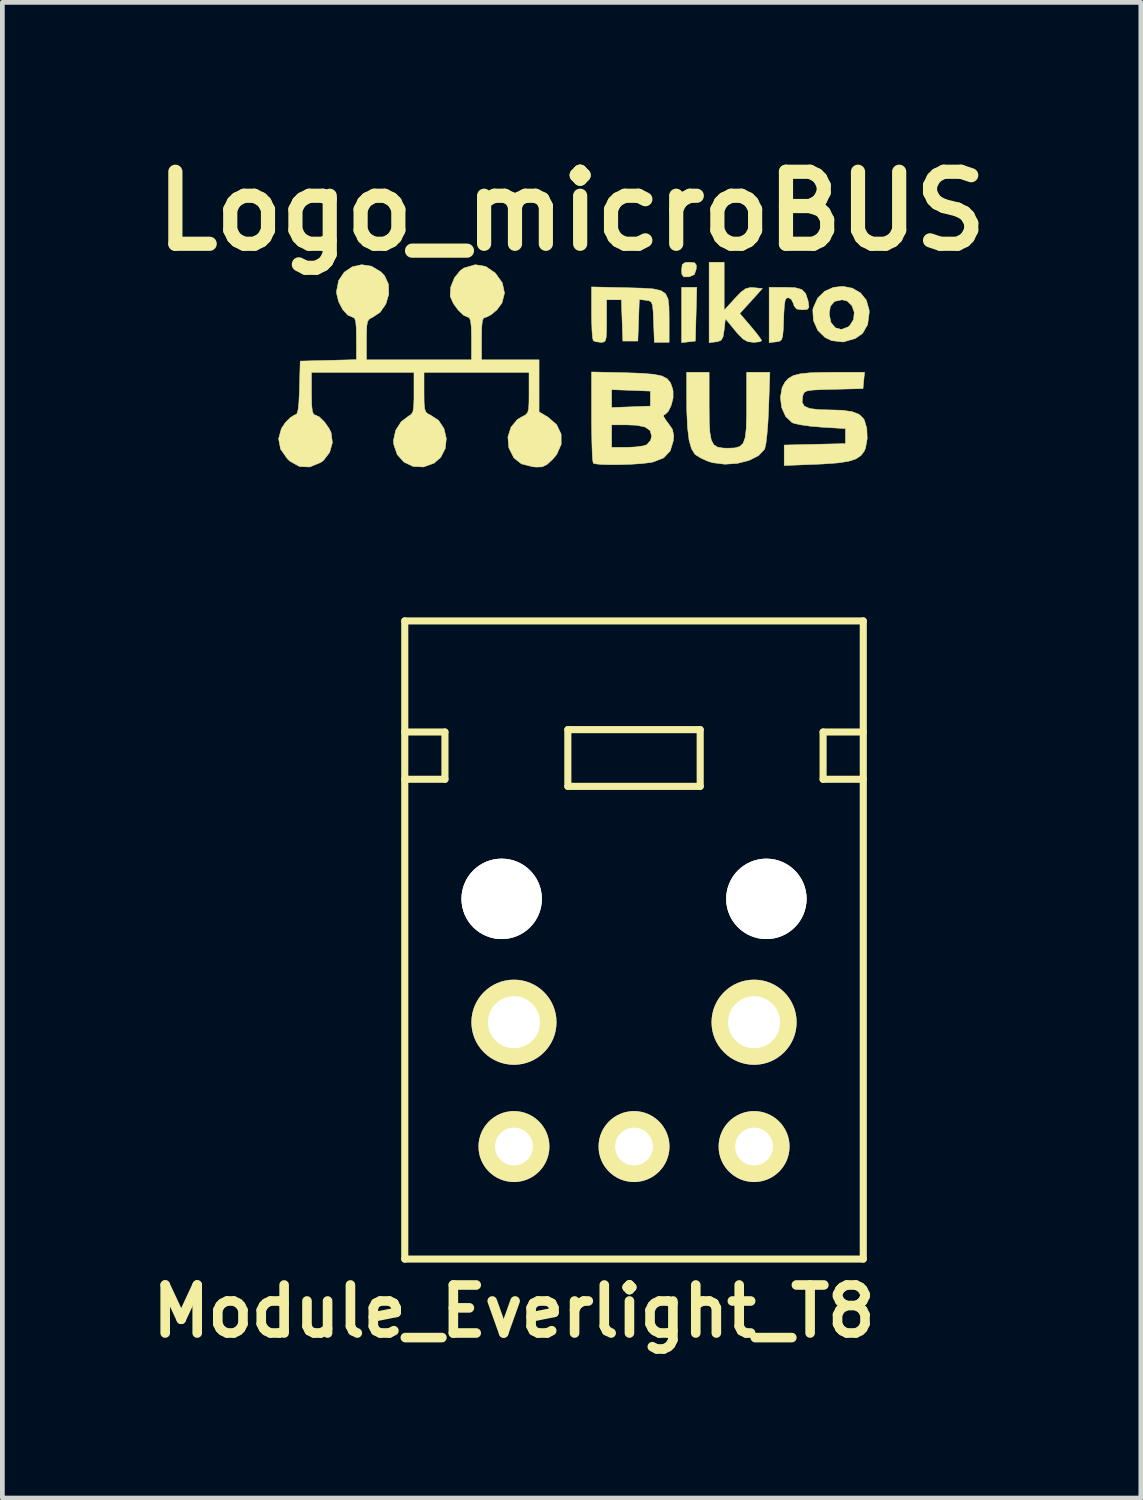
<source format=kicad_pcb>
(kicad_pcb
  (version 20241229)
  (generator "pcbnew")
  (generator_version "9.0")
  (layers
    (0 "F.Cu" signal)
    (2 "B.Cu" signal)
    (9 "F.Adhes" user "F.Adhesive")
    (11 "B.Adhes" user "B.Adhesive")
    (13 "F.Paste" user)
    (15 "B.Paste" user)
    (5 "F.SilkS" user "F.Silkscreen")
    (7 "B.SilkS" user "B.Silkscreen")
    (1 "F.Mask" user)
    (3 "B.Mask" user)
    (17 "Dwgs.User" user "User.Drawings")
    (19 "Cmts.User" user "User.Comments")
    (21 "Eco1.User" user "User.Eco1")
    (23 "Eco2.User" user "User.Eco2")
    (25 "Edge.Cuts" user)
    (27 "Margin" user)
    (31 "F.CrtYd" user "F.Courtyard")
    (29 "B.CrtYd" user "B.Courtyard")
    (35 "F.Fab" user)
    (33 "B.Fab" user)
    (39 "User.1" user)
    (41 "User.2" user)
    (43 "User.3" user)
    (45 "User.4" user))
  (footprint "Module_Everlight_T8"
    (layer "F.Cu")
    (at 10.363 10.086)
    (property "Reference" "Module_Everlight_T8" (at -2.54 14.605 0) (layer "F.SilkS") (effects (font (size 1.016 1.016) (thickness 0.203))))
    (attr through_hole)
    (fp_line (start -4.85 0) (end -4.85 13.5) (stroke (width 0.15) (type solid)) (layer "F.SilkS"))
    (fp_line (start -4.85 0) (end 4.85 0) (stroke (width 0.15) (type solid)) (layer "F.SilkS"))
    (fp_line (start -4.85 2.35) (end -4 2.35) (stroke (width 0.15) (type solid)) (layer "F.SilkS"))
    (fp_line (start -4.85 13.5) (end 4.85 13.5) (stroke (width 0.15) (type solid)) (layer "F.SilkS"))
    (fp_line (start -4 2.35) (end -4 3.35) (stroke (width 0.15) (type solid)) (layer "F.SilkS"))
    (fp_line (start -4 3.35) (end -4.85 3.35) (stroke (width 0.15) (type solid)) (layer "F.SilkS"))
    (fp_line (start -1.4 2.3) (end 1.4 2.3) (stroke (width 0.15) (type solid)) (layer "F.SilkS"))
    (fp_line (start -1.4 3.5) (end -1.4 2.3) (stroke (width 0.15) (type solid)) (layer "F.SilkS"))
    (fp_line (start 1.4 2.3) (end 1.4 3.5) (stroke (width 0.15) (type solid)) (layer "F.SilkS"))
    (fp_line (start 1.4 3.5) (end -1.4 3.5) (stroke (width 0.15) (type solid)) (layer "F.SilkS"))
    (fp_line (start 4 2.35) (end 4 3.35) (stroke (width 0.15) (type solid)) (layer "F.SilkS"))
    (fp_line (start 4 3.35) (end 4.85 3.35) (stroke (width 0.15) (type solid)) (layer "F.SilkS"))
    (fp_line (start 4.85 2.35) (end 4 2.35) (stroke (width 0.15) (type solid)) (layer "F.SilkS"))
    (fp_line (start 4.85 13.5) (end 4.85 0) (stroke (width 0.15) (type solid)) (layer "F.SilkS"))
    (pad "1" thru_hole circle (at -2.54 11.12) (size 1.5 1.5) (drill 0.8) (layers "*.Cu" "*.Mask" "F.SilkS"))
    (pad "2" thru_hole circle (at 0 11.12) (size 1.5 1.5) (drill 0.8) (layers "*.Cu" "*.Mask" "F.SilkS"))
    (pad "3" thru_hole circle (at 2.54 11.12) (size 1.5 1.5) (drill 0.8) (layers "*.Cu" "*.Mask" "F.SilkS"))
    (pad "4" thru_hole circle (at -2.54 8.49) (size 1.8 1.8) (drill 1.1) (layers "*.Cu" "*.Mask" "F.SilkS"))
    (pad "5" thru_hole circle (at 2.54 8.49) (size 1.8 1.8) (drill 1.1) (layers "*.Cu" "*.Mask" "F.SilkS"))
    (pad "~" thru_hole circle (at -2.8 5.88) (size 1.7 1.7) (drill 1.7) (layers "*.Cu" "*.Mask" "F.SilkS"))
    (pad "~" thru_hole circle (at 2.8 5.88) (size 1.7 1.7) (drill 1.7) (layers "*.Cu" "*.Mask" "F.SilkS")))
  (footprint "Logo_microBUS"
    (layer "F.Cu")
    (at 9.042 4.668)
    (property "Reference" "Logo_microBUS" (at 0 -3.25 0) (layer "F.SilkS") (effects (font (size 1.524 1.524) (thickness 0.3))))
    (attr through_hole)
    (fp_poly (pts (xy 2.634 -1.072) (xy 2.619 -0.503) (xy 2.328 -0.469) (xy 2.328 -1.64) (xy 2.649 -1.64) (xy 2.634 -1.072)) (stroke (width 0.01) (type solid)) (fill yes) (layer "F.SilkS"))
    (fp_poly (pts (xy 2.603 -2.159) (xy 2.64 -2.106) (xy 2.636 -2.024) (xy 2.598 -1.911) (xy 2.498 -1.865) (xy 2.474 -1.862) (xy 2.372 -1.862) (xy 2.333 -1.916) (xy 2.328 -2.007) (xy 2.341 -2.121) (xy 2.4 -2.164) (xy 2.491 -2.17) (xy 2.603 -2.159)) (stroke (width 0.01) (type solid)) (fill yes) (layer "F.SilkS"))
    (fp_poly (pts (xy 4.735 -1.631) (xy 4.872 -1.592) (xy 4.952 -1.508) (xy 5 -1.365) (xy 5.007 -1.331) (xy 5.022 -1.216) (xy 4.985 -1.172) (xy 4.879 -1.164) (xy 4.758 -1.182) (xy 4.706 -1.25) (xy 4.7 -1.283) (xy 4.651 -1.383) (xy 4.593 -1.418) (xy 4.549 -1.414) (xy 4.52 -1.37) (xy 4.502 -1.265) (xy 4.491 -1.083) (xy 4.487 -0.969) (xy 4.478 -0.746) (xy 4.466 -0.608) (xy 4.443 -0.533) (xy 4.402 -0.5) (xy 4.337 -0.487) (xy 4.326 -0.486) (xy 4.18 -0.469) (xy 4.18 -1.64) (xy 4.518 -1.64) (xy 4.735 -1.631)) (stroke (width 0.01) (type solid)) (fill yes) (layer "F.SilkS"))
    (fp_poly (pts (xy 3.228 -1.154) (xy 3.453 -1.402) (xy 3.586 -1.54) (xy 3.686 -1.612) (xy 3.781 -1.635) (xy 3.858 -1.632) (xy 4.037 -1.614) (xy 3.798 -1.35) (xy 3.559 -1.086) (xy 3.79 -0.815) (xy 3.907 -0.674) (xy 3.99 -0.564) (xy 4.022 -0.51) (xy 3.975 -0.487) (xy 3.862 -0.476) (xy 3.843 -0.476) (xy 3.727 -0.491) (xy 3.627 -0.547) (xy 3.51 -0.666) (xy 3.459 -0.727) (xy 3.254 -0.977) (xy 3.228 -0.74) (xy 3.204 -0.591) (xy 3.162 -0.518) (xy 3.082 -0.489) (xy 3.056 -0.486) (xy 2.91 -0.469) (xy 2.91 -2.17) (xy 3.228 -2.17) (xy 3.228 -1.154)) (stroke (width 0.01) (type solid)) (fill yes) (layer "F.SilkS"))
    (fp_poly (pts (xy 5.939 -1.621) (xy 6.111 -1.523) (xy 6.236 -1.368) (xy 6.295 -1.158) (xy 6.297 -1.107) (xy 6.263 -0.85) (xy 6.156 -0.665) (xy 6.004 -0.558) (xy 5.746 -0.483) (xy 5.502 -0.512) (xy 5.363 -0.578) (xy 5.209 -0.729) (xy 5.117 -0.936) (xy 5.108 -1.078) (xy 5.45 -1.078) (xy 5.486 -0.898) (xy 5.578 -0.784) (xy 5.707 -0.748) (xy 5.849 -0.801) (xy 5.883 -0.828) (xy 5.967 -0.961) (xy 5.98 -1.113) (xy 5.93 -1.254) (xy 5.828 -1.351) (xy 5.724 -1.376) (xy 5.562 -1.342) (xy 5.474 -1.236) (xy 5.45 -1.078) (xy 5.108 -1.078) (xy 5.103 -1.157) (xy 5.111 -1.199) (xy 5.205 -1.41) (xy 5.354 -1.556) (xy 5.541 -1.639) (xy 5.742 -1.66) (xy 5.939 -1.621)) (stroke (width 0.01) (type solid)) (fill yes) (layer "F.SilkS"))
    (fp_poly (pts (xy 1.169 -1.631) (xy 1.495 -1.622) (xy 1.731 -1.606) (xy 1.89 -1.57) (xy 1.988 -1.504) (xy 2.04 -1.396) (xy 2.06 -1.234) (xy 2.064 -1.007) (xy 2.064 -0.942) (xy 2.064 -0.476) (xy 1.751 -0.476) (xy 1.735 -0.913) (xy 1.726 -1.127) (xy 1.713 -1.257) (xy 1.687 -1.326) (xy 1.642 -1.355) (xy 1.576 -1.366) (xy 1.433 -1.382) (xy 1.418 -0.943) (xy 1.402 -0.503) (xy 1.085 -0.503) (xy 1.069 -0.939) (xy 1.054 -1.376) (xy 0.741 -1.376) (xy 0.741 -0.926) (xy 0.739 -0.708) (xy 0.731 -0.575) (xy 0.711 -0.506) (xy 0.672 -0.48) (xy 0.617 -0.476) (xy 0.506 -0.49) (xy 0.459 -0.512) (xy 0.444 -0.576) (xy 0.432 -0.723) (xy 0.425 -0.927) (xy 0.423 -1.098) (xy 0.423 -1.648) (xy 1.169 -1.631)) (stroke (width 0.01) (type solid)) (fill yes) (layer "F.SilkS"))
    (fp_poly (pts (xy 2.91 0.863) (xy 2.913 1.192) (xy 2.926 1.429) (xy 2.955 1.59) (xy 3.007 1.689) (xy 3.088 1.741) (xy 3.205 1.761) (xy 3.307 1.764) (xy 3.452 1.758) (xy 3.557 1.729) (xy 3.628 1.663) (xy 3.671 1.545) (xy 3.694 1.361) (xy 3.703 1.096) (xy 3.704 0.863) (xy 3.704 0.159) (xy 4.195 0.159) (xy 4.169 0.914) (xy 4.155 1.209) (xy 4.135 1.465) (xy 4.112 1.661) (xy 4.086 1.776) (xy 4.081 1.787) (xy 3.955 1.921) (xy 3.755 2.022) (xy 3.508 2.085) (xy 3.243 2.103) (xy 2.987 2.071) (xy 2.889 2.042) (xy 2.739 1.975) (xy 2.625 1.904) (xy 2.608 1.89) (xy 2.537 1.775) (xy 2.485 1.59) (xy 2.453 1.324) (xy 2.437 0.967) (xy 2.435 0.781) (xy 2.434 0.159) (xy 2.91 0.159) (xy 2.91 0.863)) (stroke (width 0.01) (type solid)) (fill yes) (layer "F.SilkS"))
    (fp_poly (pts (xy 6.181 0.331) (xy 6.165 0.503) (xy 5.544 0.518) (xy 5.279 0.525) (xy 5.102 0.534) (xy 4.993 0.549) (xy 4.933 0.575) (xy 4.904 0.615) (xy 4.889 0.664) (xy 4.877 0.79) (xy 4.923 0.874) (xy 5.041 0.925) (xy 5.242 0.949) (xy 5.427 0.953) (xy 5.726 0.961) (xy 5.938 0.992) (xy 6.082 1.048) (xy 6.174 1.136) (xy 6.195 1.172) (xy 6.246 1.346) (xy 6.254 1.561) (xy 6.219 1.76) (xy 6.193 1.823) (xy 6.122 1.919) (xy 6.016 1.99) (xy 5.859 2.041) (xy 5.635 2.075) (xy 5.329 2.097) (xy 5.173 2.104) (xy 4.498 2.131) (xy 4.498 1.697) (xy 5.146 1.682) (xy 5.794 1.667) (xy 5.794 1.349) (xy 5.292 1.319) (xy 5.057 1.299) (xy 4.852 1.27) (xy 4.705 1.238) (xy 4.665 1.222) (xy 4.53 1.094) (xy 4.445 0.905) (xy 4.418 0.689) (xy 4.454 0.481) (xy 4.515 0.366) (xy 4.591 0.285) (xy 4.693 0.227) (xy 4.837 0.19) (xy 5.041 0.169) (xy 5.325 0.16) (xy 5.503 0.159) (xy 6.198 0.159) (xy 6.181 0.331)) (stroke (width 0.01) (type solid)) (fill yes) (layer "F.SilkS"))
    (fp_poly (pts (xy 1.159 0.168) (xy 1.495 0.18) (xy 1.741 0.201) (xy 1.913 0.237) (xy 2.025 0.296) (xy 2.094 0.382) (xy 2.135 0.502) (xy 2.147 0.556) (xy 2.147 0.701) (xy 2.108 0.856) (xy 2.046 0.985) (xy 1.972 1.055) (xy 1.952 1.058) (xy 1.947 1.093) (xy 2.001 1.181) (xy 2.038 1.228) (xy 2.133 1.364) (xy 2.161 1.494) (xy 2.153 1.606) (xy 2.086 1.822) (xy 1.948 1.968) (xy 1.728 2.055) (xy 1.658 2.068) (xy 1.486 2.089) (xy 1.27 2.103) (xy 1.037 2.111) (xy 0.813 2.113) (xy 0.625 2.107) (xy 0.497 2.094) (xy 0.459 2.081) (xy 0.447 2.02) (xy 0.437 1.869) (xy 0.43 1.649) (xy 0.425 1.375) (xy 0.424 1.27) (xy 0.847 1.27) (xy 0.847 1.746) (xy 1.168 1.746) (xy 1.358 1.737) (xy 1.517 1.715) (xy 1.591 1.691) (xy 1.673 1.597) (xy 1.693 1.508) (xy 1.662 1.392) (xy 1.559 1.317) (xy 1.374 1.278) (xy 1.168 1.27) (xy 0.847 1.27) (xy 0.424 1.27) (xy 0.423 1.098) (xy 0.423 0.904) (xy 0.847 0.904) (xy 1.667 0.873) (xy 1.667 0.556) (xy 1.257 0.54) (xy 0.847 0.525) (xy 0.847 0.904) (xy 0.423 0.904) (xy 0.423 0.151) (xy 1.159 0.168)) (stroke (width 0.01) (type solid)) (fill yes) (layer "F.SilkS"))
    (fp_poly (pts (xy -1.818 -2.082) (xy -1.614 -1.942) (xy -1.609 -1.937) (xy -1.464 -1.732) (xy -1.419 -1.517) (xy -1.473 -1.308) (xy -1.583 -1.16) (xy -1.7 -1.062) (xy -1.801 -1.009) (xy -1.822 -1.005) (xy -1.863 -0.989) (xy -1.888 -0.926) (xy -1.901 -0.799) (xy -1.905 -0.587) (xy -1.905 -0.556) (xy -1.905 -0.106) (xy -0.688 -0.106) (xy -0.688 0.995) (xy -0.502 1.105) (xy -0.316 1.266) (xy -0.221 1.465) (xy -0.22 1.682) (xy -0.314 1.896) (xy -0.398 1.996) (xy -0.521 2.109) (xy -0.622 2.158) (xy -0.748 2.163) (xy -0.824 2.156) (xy -1.06 2.096) (xy -1.221 1.969) (xy -1.324 1.762) (xy -1.329 1.745) (xy -1.347 1.526) (xy -1.281 1.319) (xy -1.146 1.156) (xy -1.053 1.101) (xy -0.978 1.063) (xy -0.932 1.016) (xy -0.909 0.935) (xy -0.901 0.795) (xy -0.9 0.596) (xy -0.9 0.159) (xy -3.122 0.159) (xy -3.122 0.583) (xy -3.12 0.796) (xy -3.109 0.926) (xy -3.083 0.999) (xy -3.036 1.039) (xy -2.997 1.056) (xy -2.814 1.175) (xy -2.698 1.352) (xy -2.65 1.56) (xy -2.673 1.771) (xy -2.77 1.96) (xy -2.91 2.081) (xy -3.134 2.161) (xy -3.352 2.15) (xy -3.544 2.059) (xy -3.688 1.9) (xy -3.762 1.685) (xy -3.768 1.601) (xy -3.723 1.39) (xy -3.605 1.204) (xy -3.449 1.085) (xy -3.392 1.05) (xy -3.357 0.992) (xy -3.34 0.887) (xy -3.334 0.711) (xy -3.334 0.596) (xy -3.334 0.159) (xy -5.503 0.159) (xy -5.503 0.609) (xy -5.499 0.841) (xy -5.484 0.983) (xy -5.456 1.049) (xy -5.433 1.058) (xy -5.337 1.101) (xy -5.226 1.21) (xy -5.126 1.353) (xy -5.087 1.437) (xy -5.06 1.646) (xy -5.119 1.854) (xy -5.25 2.024) (xy -5.308 2.066) (xy -5.54 2.161) (xy -5.756 2.152) (xy -5.959 2.038) (xy -6.011 1.99) (xy -6.156 1.784) (xy -6.198 1.564) (xy -6.138 1.345) (xy -6.054 1.221) (xy -5.95 1.117) (xy -5.861 1.061) (xy -5.844 1.058) (xy -5.81 1.034) (xy -5.786 0.952) (xy -5.769 0.796) (xy -5.758 0.553) (xy -5.756 0.489) (xy -5.741 -0.079) (xy -5.146 -0.094) (xy -4.551 -0.109) (xy -4.551 -0.557) (xy -4.555 -0.785) (xy -4.568 -0.924) (xy -4.594 -0.991) (xy -4.626 -1.005) (xy -4.737 -1.053) (xy -4.844 -1.173) (xy -4.929 -1.337) (xy -4.971 -1.512) (xy -4.973 -1.552) (xy -4.928 -1.783) (xy -4.81 -1.959) (xy -4.641 -2.073) (xy -4.442 -2.118) (xy -4.234 -2.086) (xy -4.038 -1.97) (xy -3.957 -1.886) (xy -3.873 -1.706) (xy -3.867 -1.496) (xy -3.929 -1.287) (xy -4.05 -1.112) (xy -4.214 -1.003) (xy -4.276 -0.972) (xy -4.314 -0.921) (xy -4.332 -0.826) (xy -4.339 -0.663) (xy -4.339 -0.53) (xy -4.339 -0.106) (xy -2.117 -0.106) (xy -2.117 -0.556) (xy -2.121 -0.789) (xy -2.136 -0.931) (xy -2.164 -0.997) (xy -2.186 -1.005) (xy -2.283 -1.048) (xy -2.397 -1.156) (xy -2.499 -1.295) (xy -2.562 -1.435) (xy -2.568 -1.457) (xy -2.557 -1.645) (xy -2.478 -1.841) (xy -2.35 -1.998) (xy -2.275 -2.049) (xy -2.039 -2.118) (xy -1.818 -2.082)) (stroke (width 0.01) (type solid)) (fill yes) (layer "F.SilkS")))
  (gr_rect
    (start -3 -3)
    (end 21.085 28.642)
    (stroke (width 0.1) (type default))
    (fill no)
    (layer "Edge.Cuts")))
</source>
